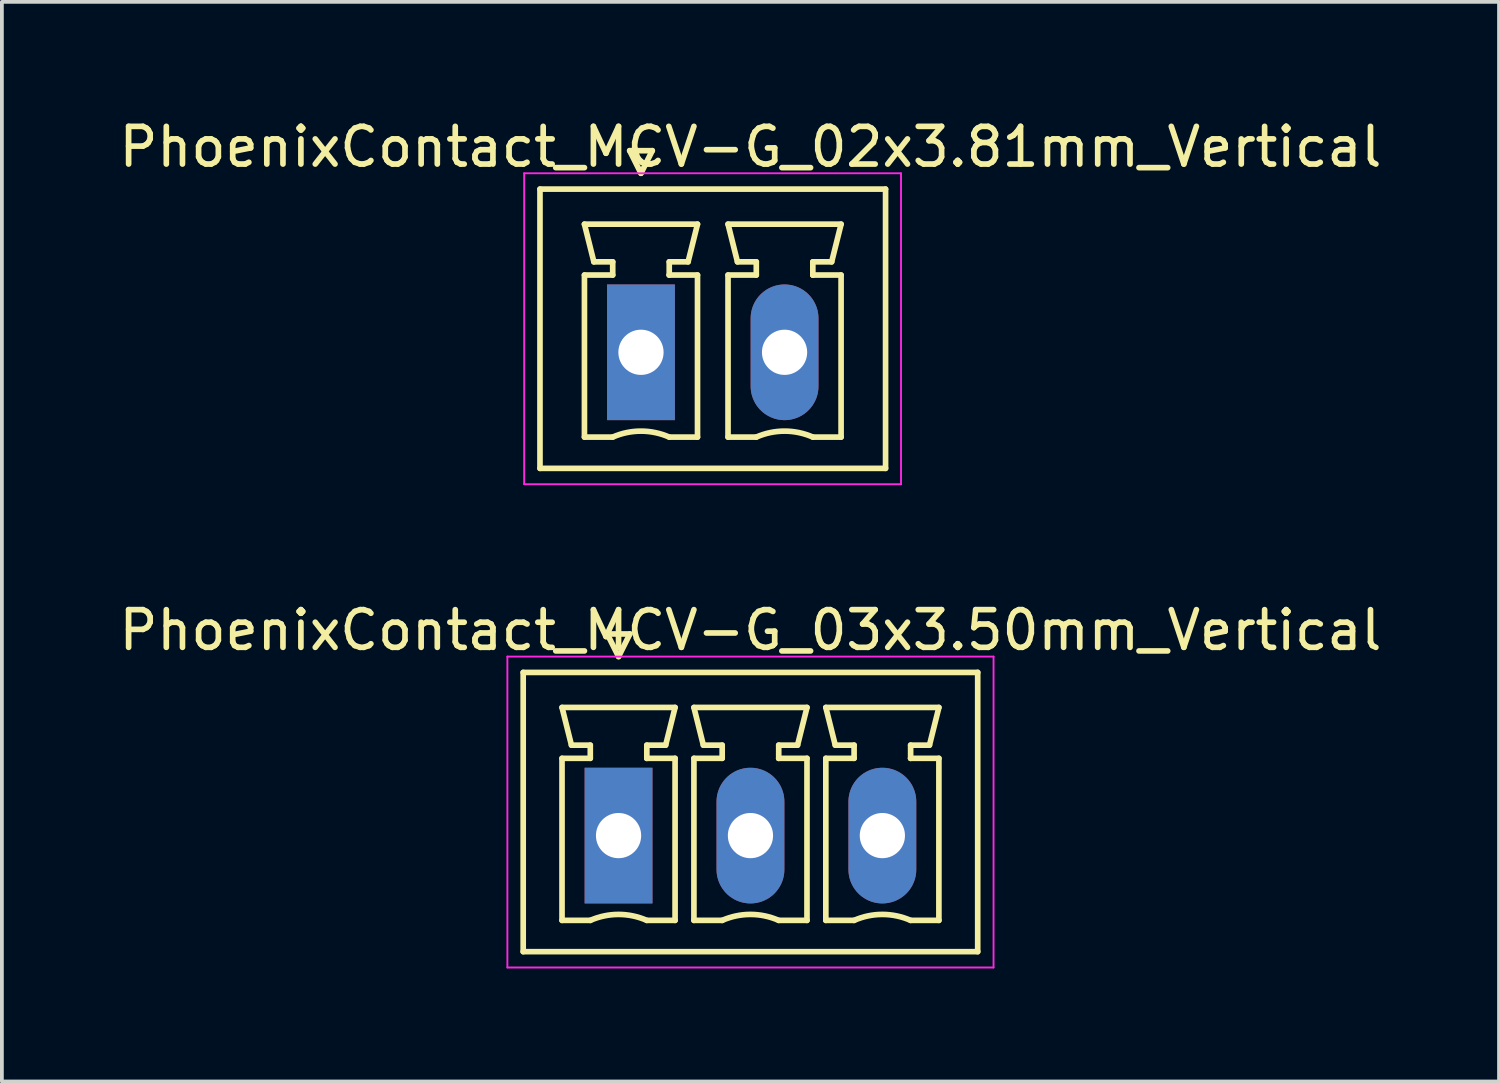
<source format=kicad_pcb>
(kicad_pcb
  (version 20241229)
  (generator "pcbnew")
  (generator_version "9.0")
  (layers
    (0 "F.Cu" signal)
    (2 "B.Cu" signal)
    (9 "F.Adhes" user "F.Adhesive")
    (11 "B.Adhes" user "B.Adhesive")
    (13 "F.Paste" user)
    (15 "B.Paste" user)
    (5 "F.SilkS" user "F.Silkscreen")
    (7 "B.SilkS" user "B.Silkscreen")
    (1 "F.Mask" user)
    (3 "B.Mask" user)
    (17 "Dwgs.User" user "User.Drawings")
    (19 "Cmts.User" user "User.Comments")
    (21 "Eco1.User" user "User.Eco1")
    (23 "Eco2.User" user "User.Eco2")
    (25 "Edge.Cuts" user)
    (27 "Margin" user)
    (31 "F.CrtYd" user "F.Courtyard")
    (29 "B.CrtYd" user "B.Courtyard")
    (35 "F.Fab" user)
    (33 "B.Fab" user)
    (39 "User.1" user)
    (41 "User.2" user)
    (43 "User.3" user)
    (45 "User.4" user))
  (footprint "PhoenixContact_MCV-G_03x3.50mm_Vertical"
    (layer "F.Cu")
    (at 13.363 19.122)
    (property "Reference" "PhoenixContact_MCV-G_03x3.50mm_Vertical" (at 3.5 -5.45 0) (layer "F.SilkS") (effects (font (size 1 1) (thickness 0.15))))
    (attr through_hole)
    (fp_line (start -2.53 -4.33) (end -2.53 3.08) (stroke (width 0.15) (type solid)) (layer "F.SilkS"))
    (fp_line (start -2.53 3.08) (end 9.53 3.08) (stroke (width 0.15) (type solid)) (layer "F.SilkS"))
    (fp_line (start -1.5 -3.4) (end 1.5 -3.4) (stroke (width 0.15) (type solid)) (layer "F.SilkS"))
    (fp_line (start -1.5 -2.05) (end -0.75 -2.05) (stroke (width 0.15) (type solid)) (layer "F.SilkS"))
    (fp_line (start -1.5 2.25) (end -1.5 -2.05) (stroke (width 0.15) (type solid)) (layer "F.SilkS"))
    (fp_line (start -1.25 -2.4) (end -1.5 -3.4) (stroke (width 0.15) (type solid)) (layer "F.SilkS"))
    (fp_line (start -0.75 -2.4) (end -1.25 -2.4) (stroke (width 0.15) (type solid)) (layer "F.SilkS"))
    (fp_line (start -0.75 -2.05) (end -0.75 -2.4) (stroke (width 0.15) (type solid)) (layer "F.SilkS"))
    (fp_line (start -0.75 2.25) (end -1.5 2.25) (stroke (width 0.15) (type solid)) (layer "F.SilkS"))
    (fp_line (start -0.3 -5.35) (end 0 -4.75) (stroke (width 0.15) (type solid)) (layer "F.SilkS"))
    (fp_line (start 0 -4.75) (end 0.3 -5.35) (stroke (width 0.15) (type solid)) (layer "F.SilkS"))
    (fp_line (start 0.3 -5.35) (end -0.3 -5.35) (stroke (width 0.15) (type solid)) (layer "F.SilkS"))
    (fp_line (start 0.75 -2.4) (end 0.75 -2.05) (stroke (width 0.15) (type solid)) (layer "F.SilkS"))
    (fp_line (start 0.75 -2.05) (end 0.75 -2.05) (stroke (width 0.15) (type solid)) (layer "F.SilkS"))
    (fp_line (start 0.75 -2.05) (end 1.5 -2.05) (stroke (width 0.15) (type solid)) (layer "F.SilkS"))
    (fp_line (start 1.25 -2.4) (end 0.75 -2.4) (stroke (width 0.15) (type solid)) (layer "F.SilkS"))
    (fp_line (start 1.5 -3.4) (end 1.25 -2.4) (stroke (width 0.15) (type solid)) (layer "F.SilkS"))
    (fp_line (start 1.5 -2.05) (end 1.5 2.25) (stroke (width 0.15) (type solid)) (layer "F.SilkS"))
    (fp_line (start 1.5 2.25) (end 0.75 2.25) (stroke (width 0.15) (type solid)) (layer "F.SilkS"))
    (fp_line (start 2 -3.4) (end 5 -3.4) (stroke (width 0.15) (type solid)) (layer "F.SilkS"))
    (fp_line (start 2 -2.05) (end 2.75 -2.05) (stroke (width 0.15) (type solid)) (layer "F.SilkS"))
    (fp_line (start 2 2.25) (end 2 -2.05) (stroke (width 0.15) (type solid)) (layer "F.SilkS"))
    (fp_line (start 2.25 -2.4) (end 2 -3.4) (stroke (width 0.15) (type solid)) (layer "F.SilkS"))
    (fp_line (start 2.75 -2.4) (end 2.25 -2.4) (stroke (width 0.15) (type solid)) (layer "F.SilkS"))
    (fp_line (start 2.75 -2.05) (end 2.75 -2.4) (stroke (width 0.15) (type solid)) (layer "F.SilkS"))
    (fp_line (start 2.75 2.25) (end 2 2.25) (stroke (width 0.15) (type solid)) (layer "F.SilkS"))
    (fp_line (start 4.25 -2.4) (end 4.25 -2.05) (stroke (width 0.15) (type solid)) (layer "F.SilkS"))
    (fp_line (start 4.25 -2.05) (end 4.25 -2.05) (stroke (width 0.15) (type solid)) (layer "F.SilkS"))
    (fp_line (start 4.25 -2.05) (end 5 -2.05) (stroke (width 0.15) (type solid)) (layer "F.SilkS"))
    (fp_line (start 4.75 -2.4) (end 4.25 -2.4) (stroke (width 0.15) (type solid)) (layer "F.SilkS"))
    (fp_line (start 5 -3.4) (end 4.75 -2.4) (stroke (width 0.15) (type solid)) (layer "F.SilkS"))
    (fp_line (start 5 -2.05) (end 5 2.25) (stroke (width 0.15) (type solid)) (layer "F.SilkS"))
    (fp_line (start 5 2.25) (end 4.25 2.25) (stroke (width 0.15) (type solid)) (layer "F.SilkS"))
    (fp_line (start 5.5 -3.4) (end 8.5 -3.4) (stroke (width 0.15) (type solid)) (layer "F.SilkS"))
    (fp_line (start 5.5 -2.05) (end 6.25 -2.05) (stroke (width 0.15) (type solid)) (layer "F.SilkS"))
    (fp_line (start 5.5 2.25) (end 5.5 -2.05) (stroke (width 0.15) (type solid)) (layer "F.SilkS"))
    (fp_line (start 5.75 -2.4) (end 5.5 -3.4) (stroke (width 0.15) (type solid)) (layer "F.SilkS"))
    (fp_line (start 6.25 -2.4) (end 5.75 -2.4) (stroke (width 0.15) (type solid)) (layer "F.SilkS"))
    (fp_line (start 6.25 -2.05) (end 6.25 -2.4) (stroke (width 0.15) (type solid)) (layer "F.SilkS"))
    (fp_line (start 6.25 2.25) (end 5.5 2.25) (stroke (width 0.15) (type solid)) (layer "F.SilkS"))
    (fp_line (start 7.75 -2.4) (end 7.75 -2.05) (stroke (width 0.15) (type solid)) (layer "F.SilkS"))
    (fp_line (start 7.75 -2.05) (end 7.75 -2.05) (stroke (width 0.15) (type solid)) (layer "F.SilkS"))
    (fp_line (start 7.75 -2.05) (end 8.5 -2.05) (stroke (width 0.15) (type solid)) (layer "F.SilkS"))
    (fp_line (start 8.25 -2.4) (end 7.75 -2.4) (stroke (width 0.15) (type solid)) (layer "F.SilkS"))
    (fp_line (start 8.5 -3.4) (end 8.25 -2.4) (stroke (width 0.15) (type solid)) (layer "F.SilkS"))
    (fp_line (start 8.5 -2.05) (end 8.5 2.25) (stroke (width 0.15) (type solid)) (layer "F.SilkS"))
    (fp_line (start 8.5 2.25) (end 7.75 2.25) (stroke (width 0.15) (type solid)) (layer "F.SilkS"))
    (fp_line (start 9.53 -4.33) (end -2.53 -4.33) (stroke (width 0.15) (type solid)) (layer "F.SilkS"))
    (fp_line (start 9.53 3.08) (end 9.53 -4.33) (stroke (width 0.15) (type solid)) (layer "F.SilkS"))
    (fp_arc (start -0.75 2.25) (mid -0.000193 2.09191) (end 0.749647 2.249844) (stroke (width 0.15) (type solid)) (layer "F.SilkS"))
    (fp_arc (start 2.75 2.25) (mid 3.499807 2.09191) (end 4.249647 2.249844) (stroke (width 0.15) (type solid)) (layer "F.SilkS"))
    (fp_arc (start 6.25 2.25) (mid 6.999807 2.09191) (end 7.749647 2.249844) (stroke (width 0.15) (type solid)) (layer "F.SilkS"))
    (fp_line (start -2.95 -4.75) (end -2.95 3.5) (stroke (width 0.05) (type solid)) (layer "F.CrtYd"))
    (fp_line (start -2.95 3.5) (end 9.95 3.5) (stroke (width 0.05) (type solid)) (layer "F.CrtYd"))
    (fp_line (start 9.95 -4.75) (end -2.95 -4.75) (stroke (width 0.05) (type solid)) (layer "F.CrtYd"))
    (fp_line (start 9.95 3.5) (end 9.95 -4.75) (stroke (width 0.05) (type solid)) (layer "F.CrtYd"))
    (pad "1" thru_hole rect (at 0 0) (size 1.8 3.6) (drill 1.2) (layers "*.Cu" "*.Mask"))
    (pad "2" thru_hole oval (at 3.5 0) (size 1.8 3.6) (drill 1.2) (layers "*.Cu" "*.Mask"))
    (pad "3" thru_hole oval (at 7 0) (size 1.8 3.6) (drill 1.2) (layers "*.Cu" "*.Mask")))
  (footprint "PhoenixContact_MCV-G_02x3.81mm_Vertical"
    (layer "F.Cu")
    (at 13.958 6.298)
    (property "Reference" "PhoenixContact_MCV-G_02x3.81mm_Vertical" (at 2.905 -5.45 0) (layer "F.SilkS") (effects (font (size 1 1) (thickness 0.15))))
    (attr through_hole)
    (fp_line (start -2.68 -4.33) (end -2.68 3.08) (stroke (width 0.15) (type solid)) (layer "F.SilkS"))
    (fp_line (start -2.68 3.08) (end 6.49 3.08) (stroke (width 0.15) (type solid)) (layer "F.SilkS"))
    (fp_line (start -1.5 -3.4) (end 1.5 -3.4) (stroke (width 0.15) (type solid)) (layer "F.SilkS"))
    (fp_line (start -1.5 -2.05) (end -0.75 -2.05) (stroke (width 0.15) (type solid)) (layer "F.SilkS"))
    (fp_line (start -1.5 2.25) (end -1.5 -2.05) (stroke (width 0.15) (type solid)) (layer "F.SilkS"))
    (fp_line (start -1.25 -2.4) (end -1.5 -3.4) (stroke (width 0.15) (type solid)) (layer "F.SilkS"))
    (fp_line (start -0.75 -2.4) (end -1.25 -2.4) (stroke (width 0.15) (type solid)) (layer "F.SilkS"))
    (fp_line (start -0.75 -2.05) (end -0.75 -2.4) (stroke (width 0.15) (type solid)) (layer "F.SilkS"))
    (fp_line (start -0.75 2.25) (end -1.5 2.25) (stroke (width 0.15) (type solid)) (layer "F.SilkS"))
    (fp_line (start -0.3 -5.35) (end 0 -4.75) (stroke (width 0.15) (type solid)) (layer "F.SilkS"))
    (fp_line (start 0 -4.75) (end 0.3 -5.35) (stroke (width 0.15) (type solid)) (layer "F.SilkS"))
    (fp_line (start 0.3 -5.35) (end -0.3 -5.35) (stroke (width 0.15) (type solid)) (layer "F.SilkS"))
    (fp_line (start 0.75 -2.4) (end 0.75 -2.05) (stroke (width 0.15) (type solid)) (layer "F.SilkS"))
    (fp_line (start 0.75 -2.05) (end 0.75 -2.05) (stroke (width 0.15) (type solid)) (layer "F.SilkS"))
    (fp_line (start 0.75 -2.05) (end 1.5 -2.05) (stroke (width 0.15) (type solid)) (layer "F.SilkS"))
    (fp_line (start 1.25 -2.4) (end 0.75 -2.4) (stroke (width 0.15) (type solid)) (layer "F.SilkS"))
    (fp_line (start 1.5 -3.4) (end 1.25 -2.4) (stroke (width 0.15) (type solid)) (layer "F.SilkS"))
    (fp_line (start 1.5 -2.05) (end 1.5 2.25) (stroke (width 0.15) (type solid)) (layer "F.SilkS"))
    (fp_line (start 1.5 2.25) (end 0.75 2.25) (stroke (width 0.15) (type solid)) (layer "F.SilkS"))
    (fp_line (start 2.31 -3.4) (end 5.31 -3.4) (stroke (width 0.15) (type solid)) (layer "F.SilkS"))
    (fp_line (start 2.31 -2.05) (end 3.06 -2.05) (stroke (width 0.15) (type solid)) (layer "F.SilkS"))
    (fp_line (start 2.31 2.25) (end 2.31 -2.05) (stroke (width 0.15) (type solid)) (layer "F.SilkS"))
    (fp_line (start 2.56 -2.4) (end 2.31 -3.4) (stroke (width 0.15) (type solid)) (layer "F.SilkS"))
    (fp_line (start 3.06 -2.4) (end 2.56 -2.4) (stroke (width 0.15) (type solid)) (layer "F.SilkS"))
    (fp_line (start 3.06 -2.05) (end 3.06 -2.4) (stroke (width 0.15) (type solid)) (layer "F.SilkS"))
    (fp_line (start 3.06 2.25) (end 2.31 2.25) (stroke (width 0.15) (type solid)) (layer "F.SilkS"))
    (fp_line (start 4.56 -2.4) (end 4.56 -2.05) (stroke (width 0.15) (type solid)) (layer "F.SilkS"))
    (fp_line (start 4.56 -2.05) (end 4.56 -2.05) (stroke (width 0.15) (type solid)) (layer "F.SilkS"))
    (fp_line (start 4.56 -2.05) (end 5.31 -2.05) (stroke (width 0.15) (type solid)) (layer "F.SilkS"))
    (fp_line (start 5.06 -2.4) (end 4.56 -2.4) (stroke (width 0.15) (type solid)) (layer "F.SilkS"))
    (fp_line (start 5.31 -3.4) (end 5.06 -2.4) (stroke (width 0.15) (type solid)) (layer "F.SilkS"))
    (fp_line (start 5.31 -2.05) (end 5.31 2.25) (stroke (width 0.15) (type solid)) (layer "F.SilkS"))
    (fp_line (start 5.31 2.25) (end 4.56 2.25) (stroke (width 0.15) (type solid)) (layer "F.SilkS"))
    (fp_line (start 6.49 -4.33) (end -2.68 -4.33) (stroke (width 0.15) (type solid)) (layer "F.SilkS"))
    (fp_line (start 6.49 3.08) (end 6.49 -4.33) (stroke (width 0.15) (type solid)) (layer "F.SilkS"))
    (fp_arc (start -0.75 2.25) (mid -0.000193 2.09191) (end 0.749647 2.249844) (stroke (width 0.15) (type solid)) (layer "F.SilkS"))
    (fp_arc (start 3.06 2.25) (mid 3.809807 2.09191) (end 4.559647 2.249844) (stroke (width 0.15) (type solid)) (layer "F.SilkS"))
    (fp_line (start -3.1 -4.75) (end -3.1 3.5) (stroke (width 0.05) (type solid)) (layer "F.CrtYd"))
    (fp_line (start -3.1 3.5) (end 6.9 3.5) (stroke (width 0.05) (type solid)) (layer "F.CrtYd"))
    (fp_line (start 6.9 -4.75) (end -3.1 -4.75) (stroke (width 0.05) (type solid)) (layer "F.CrtYd"))
    (fp_line (start 6.9 3.5) (end 6.9 -4.75) (stroke (width 0.05) (type solid)) (layer "F.CrtYd"))
    (pad "1" thru_hole rect (at 0 0) (size 1.8 3.6) (drill 1.2) (layers "*.Cu" "*.Mask"))
    (pad "2" thru_hole oval (at 3.81 0) (size 1.8 3.6) (drill 1.2) (layers "*.Cu" "*.Mask")))
  (gr_rect
    (start -3 -3)
    (end 36.726 25.646)
    (stroke (width 0.1) (type default))
    (fill no)
    (layer "Edge.Cuts")))
</source>
